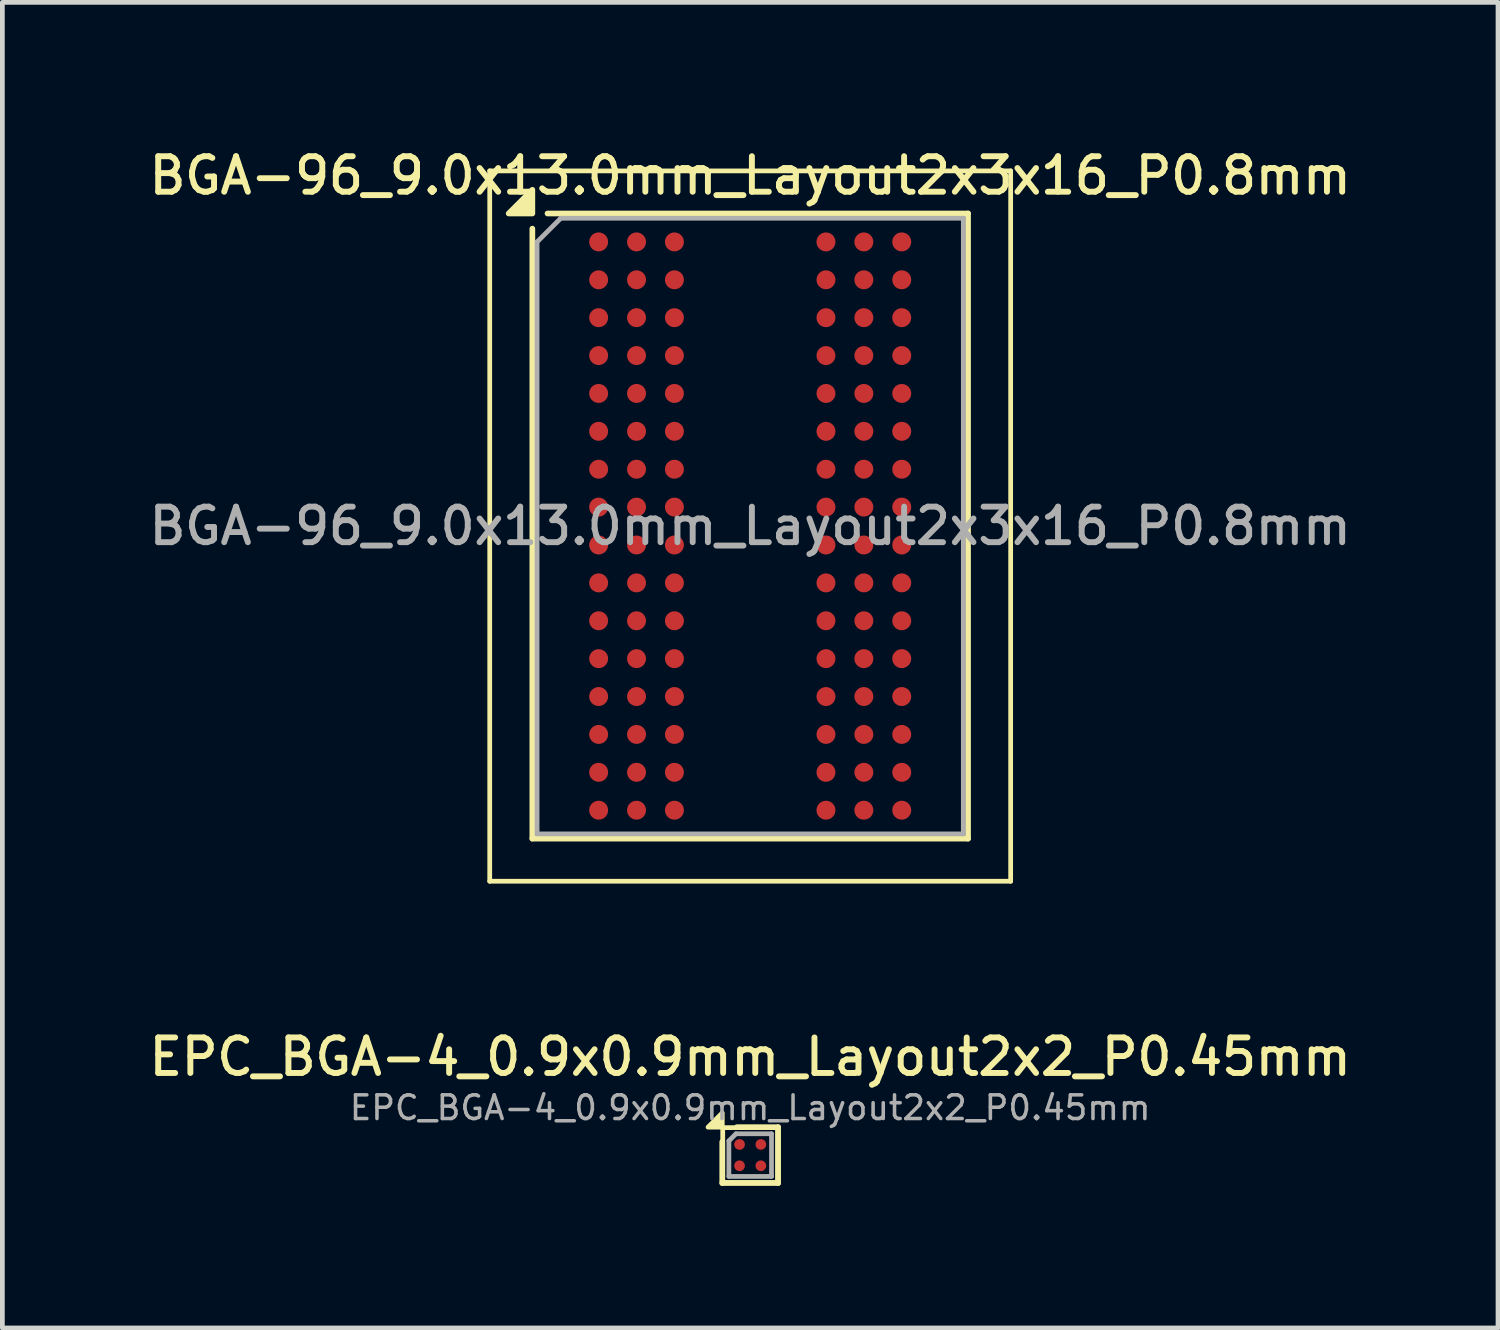
<source format=kicad_pcb>
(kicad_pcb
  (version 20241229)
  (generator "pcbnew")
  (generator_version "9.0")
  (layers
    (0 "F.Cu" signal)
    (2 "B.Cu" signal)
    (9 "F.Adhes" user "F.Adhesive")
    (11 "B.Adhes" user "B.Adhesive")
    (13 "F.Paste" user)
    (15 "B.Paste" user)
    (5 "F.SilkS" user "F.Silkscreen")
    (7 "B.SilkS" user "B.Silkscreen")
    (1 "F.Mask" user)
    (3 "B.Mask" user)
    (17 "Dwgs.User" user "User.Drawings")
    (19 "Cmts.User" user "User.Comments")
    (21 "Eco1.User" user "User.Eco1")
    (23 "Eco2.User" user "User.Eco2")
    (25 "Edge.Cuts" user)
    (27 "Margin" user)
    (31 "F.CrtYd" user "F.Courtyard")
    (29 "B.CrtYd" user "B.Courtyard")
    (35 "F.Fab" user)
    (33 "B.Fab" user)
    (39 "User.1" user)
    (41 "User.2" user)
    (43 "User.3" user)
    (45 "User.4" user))
  (footprint "EPC_BGA-4_0.9x0.9mm_Layout2x2_P0.45mm"
    (layer "F.Cu")
    (at 12.791 21.341)
    (property "Reference" "EPC_BGA-4_0.9x0.9mm_Layout2x2_P0.45mm" (at 0 -2.075 0) (layer "F.SilkS") (effects (font (size 0.75 0.75) (thickness 0.125))))
    (attr smd)
    (fp_line (start -0.59 0.59) (end -0.59 -0.28) (stroke (width 0.12) (type default)) (layer "F.SilkS"))
    (fp_line (start -0.58 -0.58) (end 0.58 -0.58) (stroke (width 0.1) (type default)) (layer "F.SilkS"))
    (fp_line (start -0.58 0.58) (end -0.58 -0.58) (stroke (width 0.1) (type default)) (layer "F.SilkS"))
    (fp_line (start -0.58 0.58) (end 0.58 0.58) (stroke (width 0.1) (type default)) (layer "F.SilkS"))
    (fp_line (start -0.28 -0.59) (end 0.59 -0.59) (stroke (width 0.12) (type default)) (layer "F.SilkS"))
    (fp_line (start 0.58 -0.58) (end 0.58 0.58) (stroke (width 0.1) (type default)) (layer "F.SilkS"))
    (fp_line (start 0.59 -0.59) (end 0.59 0.59) (stroke (width 0.12) (type default)) (layer "F.SilkS"))
    (fp_line (start 0.59 0.59) (end -0.59 0.59) (stroke (width 0.12) (type default)) (layer "F.SilkS"))
    (fp_poly (pts (xy -0.89 -0.59) (xy -0.59 -0.89) (xy -0.59 -0.59)) (stroke (width 0.1) (type solid)) (fill yes) (layer "F.SilkS"))
    (fp_line (start -0.45 0.45) (end -0.45 -0.3) (stroke (width 0.1) (type default)) (layer "F.Fab"))
    (fp_line (start -0.3 -0.45) (end -0.45 -0.3) (stroke (width 0.1) (type default)) (layer "F.Fab"))
    (fp_line (start -0.3 -0.45) (end 0.45 -0.45) (stroke (width 0.1) (type default)) (layer "F.Fab"))
    (fp_line (start 0.45 -0.45) (end 0.45 0.45) (stroke (width 0.1) (type default)) (layer "F.Fab"))
    (fp_line (start 0.45 0.45) (end -0.45 0.45) (stroke (width 0.1) (type default)) (layer "F.Fab"))
    (fp_text user "${REFERENCE}" (at 0 -1 0) (unlocked yes) (layer "F.Fab") (effects (font (size 0.5 0.5) (thickness 0.075))))
    (pad "" smd roundrect (at -0.225 -0.225) (size 0.25 0.25) (layers "F.Paste") (roundrect_rratio 0.288))
    (pad "" smd roundrect (at -0.225 0.225) (size 0.25 0.25) (layers "F.Paste") (roundrect_rratio 0.288))
    (pad "" smd roundrect (at 0.225 -0.225) (size 0.25 0.25) (layers "F.Paste") (roundrect_rratio 0.288))
    (pad "" smd roundrect (at 0.225 0.225) (size 0.25 0.25) (layers "F.Paste") (roundrect_rratio 0.288))
    (pad "1" smd circle (at -0.225 -0.225) (size 0.225 0.225) (property pad_prop_bga) (layers "F.Cu" "F.Mask"))
    (pad "2" smd circle (at -0.225 0.225) (size 0.225 0.225) (property pad_prop_bga) (layers "F.Cu" "F.Mask"))
    (pad "3" smd circle (at 0.225 -0.225) (size 0.225 0.225) (property pad_prop_bga) (layers "F.Cu" "F.Mask"))
    (pad "4" smd circle (at 0.225 0.225) (size 0.225 0.225) (property pad_prop_bga) (layers "F.Cu" "F.Mask")))
  (footprint "BGA-96_9.0x13.0mm_Layout2x3x16_P0.8mm"
    (layer "F.Cu")
    (at 12.791 8.058)
    (property "Reference" "BGA-96_9.0x13.0mm_Layout2x3x16_P0.8mm" (at 0 -7.4 0) (layer "F.SilkS") (effects (font (size 0.75 0.75) (thickness 0.125))))
    (attr smd)
    (fp_line (start -5.5 -7.5) (end -5.5 7.5) (stroke (width 0.1) (type solid)) (layer "F.SilkS"))
    (fp_line (start -5.5 -7.5) (end 5.5 -7.5) (stroke (width 0.1) (type solid)) (layer "F.SilkS"))
    (fp_line (start -4.6 -6.28) (end -4.6 6.6) (stroke (width 0.12) (type solid)) (layer "F.SilkS"))
    (fp_line (start -4.6 6.6) (end 4.6 6.6) (stroke (width 0.12) (type solid)) (layer "F.SilkS"))
    (fp_line (start 4.6 -6.6) (end -4.28 -6.6) (stroke (width 0.12) (type solid)) (layer "F.SilkS"))
    (fp_line (start 4.6 6.6) (end 4.6 -6.6) (stroke (width 0.12) (type solid)) (layer "F.SilkS"))
    (fp_line (start 5.5 7.5) (end -5.5 7.5) (stroke (width 0.1) (type solid)) (layer "F.SilkS"))
    (fp_line (start 5.5 7.5) (end 5.5 -7.5) (stroke (width 0.1) (type solid)) (layer "F.SilkS"))
    (fp_poly (pts (xy -4.6 -6.6) (xy -5.1 -6.6) (xy -4.6 -7.1) (xy -4.6 -6.6)) (stroke (width 0.12) (type solid)) (fill yes) (layer "F.SilkS"))
    (fp_line (start -4.5 -6) (end -4.5 6.5) (stroke (width 0.1) (type solid)) (layer "F.Fab"))
    (fp_line (start -4.5 6.5) (end 4.5 6.5) (stroke (width 0.1) (type solid)) (layer "F.Fab"))
    (fp_line (start -4 -6.5) (end -4.5 -6) (stroke (width 0.1) (type solid)) (layer "F.Fab"))
    (fp_line (start 4.5 -6.5) (end -4 -6.5) (stroke (width 0.1) (type solid)) (layer "F.Fab"))
    (fp_line (start 4.5 6.5) (end 4.5 -6.5) (stroke (width 0.1) (type solid)) (layer "F.Fab"))
    (fp_text user "${REFERENCE}" (at 0 0 0) (layer "F.Fab") (effects (font (size 0.75 0.75) (thickness 0.125))))
    (pad "A1" smd circle (at -3.2 -6) (size 0.4 0.4) (property pad_prop_bga) (layers "F.Cu" "F.Mask" "F.Paste"))
    (pad "A2" smd circle (at -2.4 -6) (size 0.4 0.4) (property pad_prop_bga) (layers "F.Cu" "F.Mask" "F.Paste"))
    (pad "A3" smd circle (at -1.6 -6) (size 0.4 0.4) (property pad_prop_bga) (layers "F.Cu" "F.Mask" "F.Paste"))
    (pad "A7" smd circle (at 1.6 -6) (size 0.4 0.4) (property pad_prop_bga) (layers "F.Cu" "F.Mask" "F.Paste"))
    (pad "A8" smd circle (at 2.4 -6) (size 0.4 0.4) (property pad_prop_bga) (layers "F.Cu" "F.Mask" "F.Paste"))
    (pad "A9" smd circle (at 3.2 -6) (size 0.4 0.4) (property pad_prop_bga) (layers "F.Cu" "F.Mask" "F.Paste"))
    (pad "B1" smd circle (at -3.2 -5.2) (size 0.4 0.4) (property pad_prop_bga) (layers "F.Cu" "F.Mask" "F.Paste"))
    (pad "B2" smd circle (at -2.4 -5.2) (size 0.4 0.4) (property pad_prop_bga) (layers "F.Cu" "F.Mask" "F.Paste"))
    (pad "B3" smd circle (at -1.6 -5.2) (size 0.4 0.4) (property pad_prop_bga) (layers "F.Cu" "F.Mask" "F.Paste"))
    (pad "B7" smd circle (at 1.6 -5.2) (size 0.4 0.4) (property pad_prop_bga) (layers "F.Cu" "F.Mask" "F.Paste"))
    (pad "B8" smd circle (at 2.4 -5.2) (size 0.4 0.4) (property pad_prop_bga) (layers "F.Cu" "F.Mask" "F.Paste"))
    (pad "B9" smd circle (at 3.2 -5.2) (size 0.4 0.4) (property pad_prop_bga) (layers "F.Cu" "F.Mask" "F.Paste"))
    (pad "C1" smd circle (at -3.2 -4.4) (size 0.4 0.4) (property pad_prop_bga) (layers "F.Cu" "F.Mask" "F.Paste"))
    (pad "C2" smd circle (at -2.4 -4.4) (size 0.4 0.4) (property pad_prop_bga) (layers "F.Cu" "F.Mask" "F.Paste"))
    (pad "C3" smd circle (at -1.6 -4.4) (size 0.4 0.4) (property pad_prop_bga) (layers "F.Cu" "F.Mask" "F.Paste"))
    (pad "C7" smd circle (at 1.6 -4.4) (size 0.4 0.4) (property pad_prop_bga) (layers "F.Cu" "F.Mask" "F.Paste"))
    (pad "C8" smd circle (at 2.4 -4.4) (size 0.4 0.4) (property pad_prop_bga) (layers "F.Cu" "F.Mask" "F.Paste"))
    (pad "C9" smd circle (at 3.2 -4.4) (size 0.4 0.4) (property pad_prop_bga) (layers "F.Cu" "F.Mask" "F.Paste"))
    (pad "D1" smd circle (at -3.2 -3.6) (size 0.4 0.4) (property pad_prop_bga) (layers "F.Cu" "F.Mask" "F.Paste"))
    (pad "D2" smd circle (at -2.4 -3.6) (size 0.4 0.4) (property pad_prop_bga) (layers "F.Cu" "F.Mask" "F.Paste"))
    (pad "D3" smd circle (at -1.6 -3.6) (size 0.4 0.4) (property pad_prop_bga) (layers "F.Cu" "F.Mask" "F.Paste"))
    (pad "D7" smd circle (at 1.6 -3.6) (size 0.4 0.4) (property pad_prop_bga) (layers "F.Cu" "F.Mask" "F.Paste"))
    (pad "D8" smd circle (at 2.4 -3.6) (size 0.4 0.4) (property pad_prop_bga) (layers "F.Cu" "F.Mask" "F.Paste"))
    (pad "D9" smd circle (at 3.2 -3.6) (size 0.4 0.4) (property pad_prop_bga) (layers "F.Cu" "F.Mask" "F.Paste"))
    (pad "E1" smd circle (at -3.2 -2.8) (size 0.4 0.4) (property pad_prop_bga) (layers "F.Cu" "F.Mask" "F.Paste"))
    (pad "E2" smd circle (at -2.4 -2.8) (size 0.4 0.4) (property pad_prop_bga) (layers "F.Cu" "F.Mask" "F.Paste"))
    (pad "E3" smd circle (at -1.6 -2.8) (size 0.4 0.4) (property pad_prop_bga) (layers "F.Cu" "F.Mask" "F.Paste"))
    (pad "E7" smd circle (at 1.6 -2.8) (size 0.4 0.4) (property pad_prop_bga) (layers "F.Cu" "F.Mask" "F.Paste"))
    (pad "E8" smd circle (at 2.4 -2.8) (size 0.4 0.4) (property pad_prop_bga) (layers "F.Cu" "F.Mask" "F.Paste"))
    (pad "E9" smd circle (at 3.2 -2.8) (size 0.4 0.4) (property pad_prop_bga) (layers "F.Cu" "F.Mask" "F.Paste"))
    (pad "F1" smd circle (at -3.2 -2) (size 0.4 0.4) (property pad_prop_bga) (layers "F.Cu" "F.Mask" "F.Paste"))
    (pad "F2" smd circle (at -2.4 -2) (size 0.4 0.4) (property pad_prop_bga) (layers "F.Cu" "F.Mask" "F.Paste"))
    (pad "F3" smd circle (at -1.6 -2) (size 0.4 0.4) (property pad_prop_bga) (layers "F.Cu" "F.Mask" "F.Paste"))
    (pad "F7" smd circle (at 1.6 -2) (size 0.4 0.4) (property pad_prop_bga) (layers "F.Cu" "F.Mask" "F.Paste"))
    (pad "F8" smd circle (at 2.4 -2) (size 0.4 0.4) (property pad_prop_bga) (layers "F.Cu" "F.Mask" "F.Paste"))
    (pad "F9" smd circle (at 3.2 -2) (size 0.4 0.4) (property pad_prop_bga) (layers "F.Cu" "F.Mask" "F.Paste"))
    (pad "G1" smd circle (at -3.2 -1.2) (size 0.4 0.4) (property pad_prop_bga) (layers "F.Cu" "F.Mask" "F.Paste"))
    (pad "G2" smd circle (at -2.4 -1.2) (size 0.4 0.4) (property pad_prop_bga) (layers "F.Cu" "F.Mask" "F.Paste"))
    (pad "G3" smd circle (at -1.6 -1.2) (size 0.4 0.4) (property pad_prop_bga) (layers "F.Cu" "F.Mask" "F.Paste"))
    (pad "G7" smd circle (at 1.6 -1.2) (size 0.4 0.4) (property pad_prop_bga) (layers "F.Cu" "F.Mask" "F.Paste"))
    (pad "G8" smd circle (at 2.4 -1.2) (size 0.4 0.4) (property pad_prop_bga) (layers "F.Cu" "F.Mask" "F.Paste"))
    (pad "G9" smd circle (at 3.2 -1.2) (size 0.4 0.4) (property pad_prop_bga) (layers "F.Cu" "F.Mask" "F.Paste"))
    (pad "H1" smd circle (at -3.2 -0.4) (size 0.4 0.4) (property pad_prop_bga) (layers "F.Cu" "F.Mask" "F.Paste"))
    (pad "H2" smd circle (at -2.4 -0.4) (size 0.4 0.4) (property pad_prop_bga) (layers "F.Cu" "F.Mask" "F.Paste"))
    (pad "H3" smd circle (at -1.6 -0.4) (size 0.4 0.4) (property pad_prop_bga) (layers "F.Cu" "F.Mask" "F.Paste"))
    (pad "H7" smd circle (at 1.6 -0.4) (size 0.4 0.4) (property pad_prop_bga) (layers "F.Cu" "F.Mask" "F.Paste"))
    (pad "H8" smd circle (at 2.4 -0.4) (size 0.4 0.4) (property pad_prop_bga) (layers "F.Cu" "F.Mask" "F.Paste"))
    (pad "H9" smd circle (at 3.2 -0.4) (size 0.4 0.4) (property pad_prop_bga) (layers "F.Cu" "F.Mask" "F.Paste"))
    (pad "J1" smd circle (at -3.2 0.4) (size 0.4 0.4) (property pad_prop_bga) (layers "F.Cu" "F.Mask" "F.Paste"))
    (pad "J2" smd circle (at -2.4 0.4) (size 0.4 0.4) (property pad_prop_bga) (layers "F.Cu" "F.Mask" "F.Paste"))
    (pad "J3" smd circle (at -1.6 0.4) (size 0.4 0.4) (property pad_prop_bga) (layers "F.Cu" "F.Mask" "F.Paste"))
    (pad "J7" smd circle (at 1.6 0.4) (size 0.4 0.4) (property pad_prop_bga) (layers "F.Cu" "F.Mask" "F.Paste"))
    (pad "J8" smd circle (at 2.4 0.4) (size 0.4 0.4) (property pad_prop_bga) (layers "F.Cu" "F.Mask" "F.Paste"))
    (pad "J9" smd circle (at 3.2 0.4) (size 0.4 0.4) (property pad_prop_bga) (layers "F.Cu" "F.Mask" "F.Paste"))
    (pad "K1" smd circle (at -3.2 1.2) (size 0.4 0.4) (property pad_prop_bga) (layers "F.Cu" "F.Mask" "F.Paste"))
    (pad "K2" smd circle (at -2.4 1.2) (size 0.4 0.4) (property pad_prop_bga) (layers "F.Cu" "F.Mask" "F.Paste"))
    (pad "K3" smd circle (at -1.6 1.2) (size 0.4 0.4) (property pad_prop_bga) (layers "F.Cu" "F.Mask" "F.Paste"))
    (pad "K7" smd circle (at 1.6 1.2) (size 0.4 0.4) (property pad_prop_bga) (layers "F.Cu" "F.Mask" "F.Paste"))
    (pad "K8" smd circle (at 2.4 1.2) (size 0.4 0.4) (property pad_prop_bga) (layers "F.Cu" "F.Mask" "F.Paste"))
    (pad "K9" smd circle (at 3.2 1.2) (size 0.4 0.4) (property pad_prop_bga) (layers "F.Cu" "F.Mask" "F.Paste"))
    (pad "L1" smd circle (at -3.2 2) (size 0.4 0.4) (property pad_prop_bga) (layers "F.Cu" "F.Mask" "F.Paste"))
    (pad "L2" smd circle (at -2.4 2) (size 0.4 0.4) (property pad_prop_bga) (layers "F.Cu" "F.Mask" "F.Paste"))
    (pad "L3" smd circle (at -1.6 2) (size 0.4 0.4) (property pad_prop_bga) (layers "F.Cu" "F.Mask" "F.Paste"))
    (pad "L7" smd circle (at 1.6 2) (size 0.4 0.4) (property pad_prop_bga) (layers "F.Cu" "F.Mask" "F.Paste"))
    (pad "L8" smd circle (at 2.4 2) (size 0.4 0.4) (property pad_prop_bga) (layers "F.Cu" "F.Mask" "F.Paste"))
    (pad "L9" smd circle (at 3.2 2) (size 0.4 0.4) (property pad_prop_bga) (layers "F.Cu" "F.Mask" "F.Paste"))
    (pad "M1" smd circle (at -3.2 2.8) (size 0.4 0.4) (property pad_prop_bga) (layers "F.Cu" "F.Mask" "F.Paste"))
    (pad "M2" smd circle (at -2.4 2.8) (size 0.4 0.4) (property pad_prop_bga) (layers "F.Cu" "F.Mask" "F.Paste"))
    (pad "M3" smd circle (at -1.6 2.8) (size 0.4 0.4) (property pad_prop_bga) (layers "F.Cu" "F.Mask" "F.Paste"))
    (pad "M7" smd circle (at 1.6 2.8) (size 0.4 0.4) (property pad_prop_bga) (layers "F.Cu" "F.Mask" "F.Paste"))
    (pad "M8" smd circle (at 2.4 2.8) (size 0.4 0.4) (property pad_prop_bga) (layers "F.Cu" "F.Mask" "F.Paste"))
    (pad "M9" smd circle (at 3.2 2.8) (size 0.4 0.4) (property pad_prop_bga) (layers "F.Cu" "F.Mask" "F.Paste"))
    (pad "N1" smd circle (at -3.2 3.6) (size 0.4 0.4) (property pad_prop_bga) (layers "F.Cu" "F.Mask" "F.Paste"))
    (pad "N2" smd circle (at -2.4 3.6) (size 0.4 0.4) (property pad_prop_bga) (layers "F.Cu" "F.Mask" "F.Paste"))
    (pad "N3" smd circle (at -1.6 3.6) (size 0.4 0.4) (property pad_prop_bga) (layers "F.Cu" "F.Mask" "F.Paste"))
    (pad "N7" smd circle (at 1.6 3.6) (size 0.4 0.4) (property pad_prop_bga) (layers "F.Cu" "F.Mask" "F.Paste"))
    (pad "N8" smd circle (at 2.4 3.6) (size 0.4 0.4) (property pad_prop_bga) (layers "F.Cu" "F.Mask" "F.Paste"))
    (pad "N9" smd circle (at 3.2 3.6) (size 0.4 0.4) (property pad_prop_bga) (layers "F.Cu" "F.Mask" "F.Paste"))
    (pad "P1" smd circle (at -3.2 4.4) (size 0.4 0.4) (property pad_prop_bga) (layers "F.Cu" "F.Mask" "F.Paste"))
    (pad "P2" smd circle (at -2.4 4.4) (size 0.4 0.4) (property pad_prop_bga) (layers "F.Cu" "F.Mask" "F.Paste"))
    (pad "P3" smd circle (at -1.6 4.4) (size 0.4 0.4) (property pad_prop_bga) (layers "F.Cu" "F.Mask" "F.Paste"))
    (pad "P7" smd circle (at 1.6 4.4) (size 0.4 0.4) (property pad_prop_bga) (layers "F.Cu" "F.Mask" "F.Paste"))
    (pad "P8" smd circle (at 2.4 4.4) (size 0.4 0.4) (property pad_prop_bga) (layers "F.Cu" "F.Mask" "F.Paste"))
    (pad "P9" smd circle (at 3.2 4.4) (size 0.4 0.4) (property pad_prop_bga) (layers "F.Cu" "F.Mask" "F.Paste"))
    (pad "R1" smd circle (at -3.2 5.2) (size 0.4 0.4) (property pad_prop_bga) (layers "F.Cu" "F.Mask" "F.Paste"))
    (pad "R2" smd circle (at -2.4 5.2) (size 0.4 0.4) (property pad_prop_bga) (layers "F.Cu" "F.Mask" "F.Paste"))
    (pad "R3" smd circle (at -1.6 5.2) (size 0.4 0.4) (property pad_prop_bga) (layers "F.Cu" "F.Mask" "F.Paste"))
    (pad "R7" smd circle (at 1.6 5.2) (size 0.4 0.4) (property pad_prop_bga) (layers "F.Cu" "F.Mask" "F.Paste"))
    (pad "R8" smd circle (at 2.4 5.2) (size 0.4 0.4) (property pad_prop_bga) (layers "F.Cu" "F.Mask" "F.Paste"))
    (pad "R9" smd circle (at 3.2 5.2) (size 0.4 0.4) (property pad_prop_bga) (layers "F.Cu" "F.Mask" "F.Paste"))
    (pad "T1" smd circle (at -3.2 6) (size 0.4 0.4) (property pad_prop_bga) (layers "F.Cu" "F.Mask" "F.Paste"))
    (pad "T2" smd circle (at -2.4 6) (size 0.4 0.4) (property pad_prop_bga) (layers "F.Cu" "F.Mask" "F.Paste"))
    (pad "T3" smd circle (at -1.6 6) (size 0.4 0.4) (property pad_prop_bga) (layers "F.Cu" "F.Mask" "F.Paste"))
    (pad "T7" smd circle (at 1.6 6) (size 0.4 0.4) (property pad_prop_bga) (layers "F.Cu" "F.Mask" "F.Paste"))
    (pad "T8" smd circle (at 2.4 6) (size 0.4 0.4) (property pad_prop_bga) (layers "F.Cu" "F.Mask" "F.Paste"))
    (pad "T9" smd circle (at 3.2 6) (size 0.4 0.4) (property pad_prop_bga) (layers "F.Cu" "F.Mask" "F.Paste")))
  (gr_rect
    (start -3 -3)
    (end 28.582 24.991)
    (stroke (width 0.1) (type default))
    (fill no)
    (layer "Edge.Cuts")))
</source>
